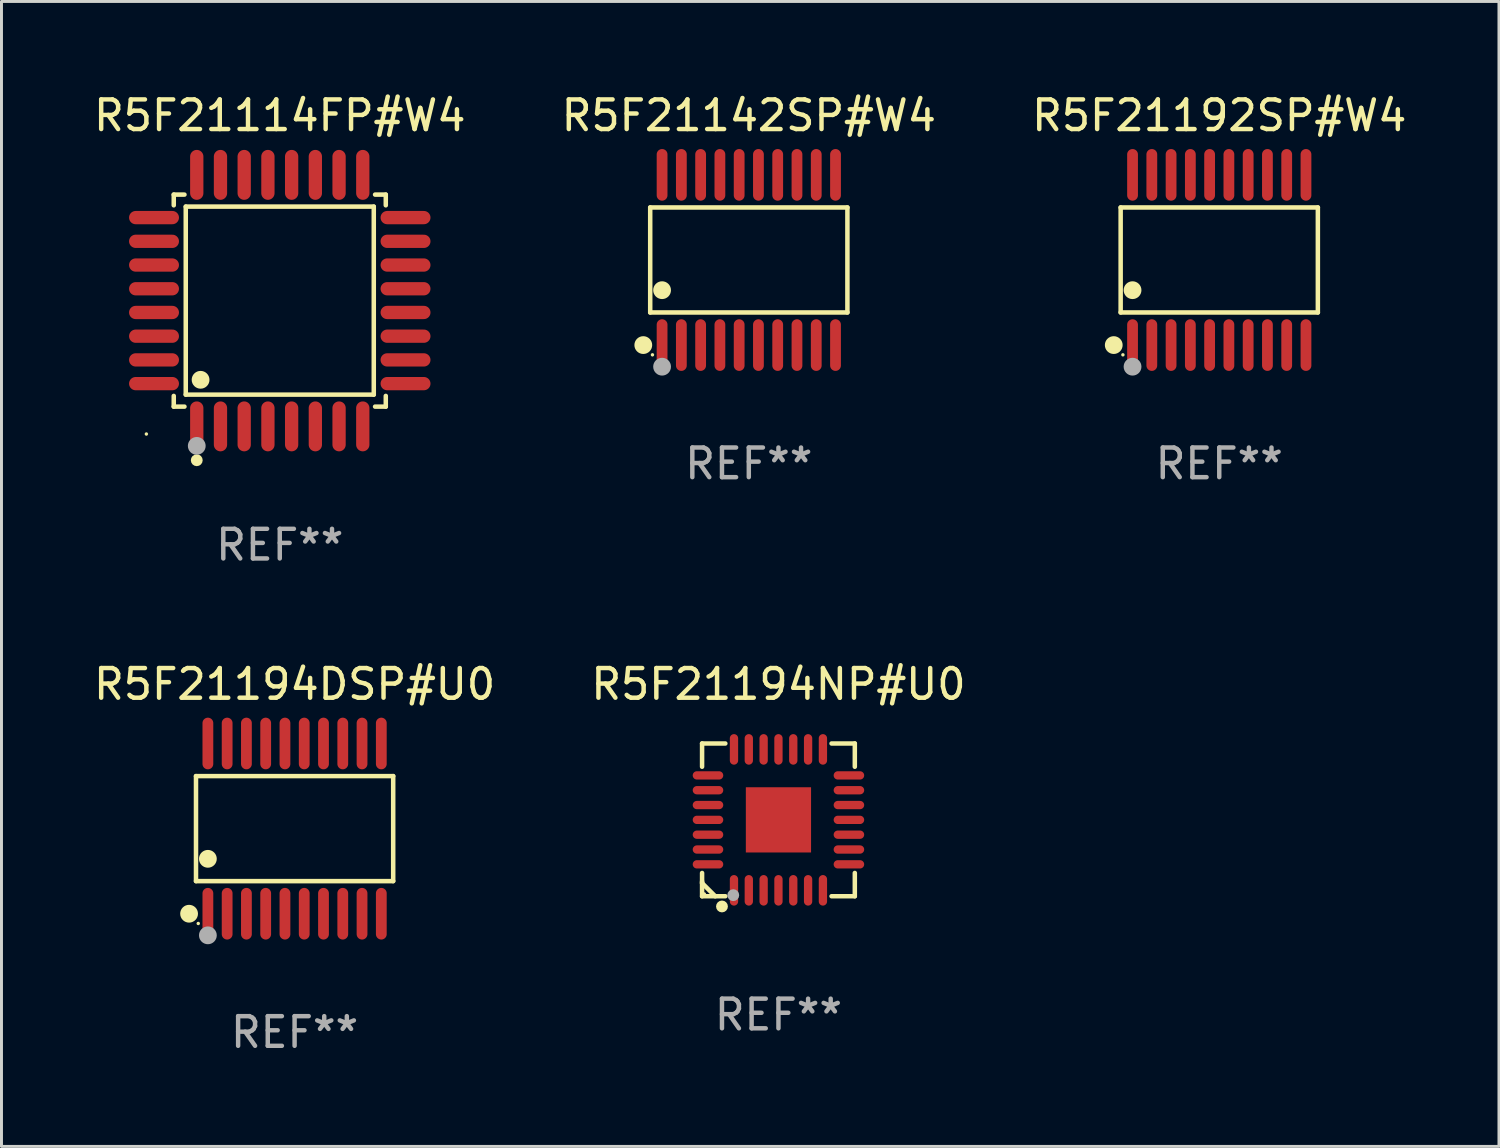
<source format=kicad_pcb>
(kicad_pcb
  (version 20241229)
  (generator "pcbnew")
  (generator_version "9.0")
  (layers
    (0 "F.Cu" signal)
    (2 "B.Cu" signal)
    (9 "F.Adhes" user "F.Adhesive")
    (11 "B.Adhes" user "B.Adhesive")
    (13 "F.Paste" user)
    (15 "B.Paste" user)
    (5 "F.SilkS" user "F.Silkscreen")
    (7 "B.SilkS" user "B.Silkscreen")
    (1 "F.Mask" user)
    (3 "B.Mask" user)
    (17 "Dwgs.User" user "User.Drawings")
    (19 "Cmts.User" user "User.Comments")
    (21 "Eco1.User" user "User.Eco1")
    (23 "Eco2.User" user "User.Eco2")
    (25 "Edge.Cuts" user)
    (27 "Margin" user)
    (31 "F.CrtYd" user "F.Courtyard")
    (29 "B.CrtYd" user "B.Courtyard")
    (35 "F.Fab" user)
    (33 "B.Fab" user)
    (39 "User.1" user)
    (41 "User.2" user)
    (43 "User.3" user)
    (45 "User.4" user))
  (footprint "R5F21194DSP#U0"
    (layer "F.Cu")
    (at 6.887 24.9)
    (property "Reference" "R5F21194DSP#U0" (at 0 -4.871 0) (layer "F.SilkS") (effects (font (size 1 1) (thickness 0.15))))
    (attr through_hole)
    (fp_line (start -3.326 -1.771) (end 3.326 -1.771) (stroke (width 0.152) (type solid)) (layer "F.SilkS"))
    (fp_line (start -3.326 1.771) (end -3.326 -1.771) (stroke (width 0.152) (type solid)) (layer "F.SilkS"))
    (fp_line (start 3.326 -1.771) (end 3.326 1.771) (stroke (width 0.152) (type solid)) (layer "F.SilkS"))
    (fp_line (start 3.326 1.771) (end -3.326 1.771) (stroke (width 0.152) (type solid)) (layer "F.SilkS"))
    (fp_circle (center -3.559 2.871) (end -3.409 2.871) (stroke (width 0.3) (type solid)) (fill no) (layer "F.SilkS"))
    (fp_circle (center -3.25 3.2) (end -3.22 3.2) (stroke (width 0.06) (type solid)) (fill no) (layer "F.SilkS"))
    (fp_circle (center -2.925 1.019) (end -2.775 1.019) (stroke (width 0.3) (type solid)) (fill no) (layer "F.SilkS"))
    (fp_circle (center -2.925 3.6) (end -2.775 3.6) (stroke (width 0.3) (type solid)) (fill no) (layer "F.Fab"))
    (fp_text user "REF**" (at 0 6.871 0) (layer "F.Fab") (effects (font (size 1 1) (thickness 0.15))))
    (pad "1" smd oval (at -2.925 2.871) (size 0.364 1.742) (layers "F.Cu" "F.Mask" "F.Paste"))
    (pad "2" smd oval (at -2.275 2.871) (size 0.364 1.742) (layers "F.Cu" "F.Mask" "F.Paste"))
    (pad "3" smd oval (at -1.625 2.871) (size 0.364 1.742) (layers "F.Cu" "F.Mask" "F.Paste"))
    (pad "4" smd oval (at -0.975 2.871) (size 0.364 1.742) (layers "F.Cu" "F.Mask" "F.Paste"))
    (pad "5" smd oval (at -0.325 2.871) (size 0.364 1.742) (layers "F.Cu" "F.Mask" "F.Paste"))
    (pad "6" smd oval (at 0.325 2.871) (size 0.364 1.742) (layers "F.Cu" "F.Mask" "F.Paste"))
    (pad "7" smd oval (at 0.975 2.871) (size 0.364 1.742) (layers "F.Cu" "F.Mask" "F.Paste"))
    (pad "8" smd oval (at 1.625 2.871) (size 0.364 1.742) (layers "F.Cu" "F.Mask" "F.Paste"))
    (pad "9" smd oval (at 2.275 2.871) (size 0.364 1.742) (layers "F.Cu" "F.Mask" "F.Paste"))
    (pad "10" smd oval (at 2.925 2.871) (size 0.364 1.742) (layers "F.Cu" "F.Mask" "F.Paste"))
    (pad "11" smd oval (at 2.925 -2.871) (size 0.364 1.742) (layers "F.Cu" "F.Mask" "F.Paste"))
    (pad "12" smd oval (at 2.275 -2.871) (size 0.364 1.742) (layers "F.Cu" "F.Mask" "F.Paste"))
    (pad "13" smd oval (at 1.625 -2.871) (size 0.364 1.742) (layers "F.Cu" "F.Mask" "F.Paste"))
    (pad "14" smd oval (at 0.975 -2.871) (size 0.364 1.742) (layers "F.Cu" "F.Mask" "F.Paste"))
    (pad "15" smd oval (at 0.325 -2.871) (size 0.364 1.742) (layers "F.Cu" "F.Mask" "F.Paste"))
    (pad "16" smd oval (at -0.325 -2.871) (size 0.364 1.742) (layers "F.Cu" "F.Mask" "F.Paste"))
    (pad "17" smd oval (at -0.975 -2.871) (size 0.364 1.742) (layers "F.Cu" "F.Mask" "F.Paste"))
    (pad "18" smd oval (at -1.625 -2.871) (size 0.364 1.742) (layers "F.Cu" "F.Mask" "F.Paste"))
    (pad "19" smd oval (at -2.275 -2.871) (size 0.364 1.742) (layers "F.Cu" "F.Mask" "F.Paste"))
    (pad "20" smd oval (at -2.925 -2.871) (size 0.364 1.742) (layers "F.Cu" "F.Mask" "F.Paste")))
  (footprint "R5F21114FP#W4"
    (layer "F.Cu")
    (at 6.387 7.09)
    (property "Reference" "R5F21114FP#W4" (at 0 -6.242 0) (layer "F.SilkS") (effects (font (size 1 1) (thickness 0.15))))
    (attr through_hole)
    (fp_line (start -3.576 -3.576) (end -3.215 -3.576) (stroke (width 0.152) (type solid)) (layer "F.SilkS"))
    (fp_line (start -3.576 -3.215) (end -3.576 -3.576) (stroke (width 0.152) (type solid)) (layer "F.SilkS"))
    (fp_line (start -3.576 3.215) (end -3.576 3.576) (stroke (width 0.152) (type solid)) (layer "F.SilkS"))
    (fp_line (start -3.576 3.576) (end -3.215 3.576) (stroke (width 0.152) (type solid)) (layer "F.SilkS"))
    (fp_line (start -3.171 -3.171) (end 3.171 -3.171) (stroke (width 0.152) (type solid)) (layer "F.SilkS"))
    (fp_line (start -3.171 3.171) (end -3.171 -3.171) (stroke (width 0.152) (type solid)) (layer "F.SilkS"))
    (fp_line (start 3.171 -3.171) (end 3.171 3.171) (stroke (width 0.152) (type solid)) (layer "F.SilkS"))
    (fp_line (start 3.171 3.171) (end -3.171 3.171) (stroke (width 0.152) (type solid)) (layer "F.SilkS"))
    (fp_line (start 3.576 -3.576) (end 3.215 -3.576) (stroke (width 0.152) (type solid)) (layer "F.SilkS"))
    (fp_line (start 3.576 -3.215) (end 3.576 -3.576) (stroke (width 0.152) (type solid)) (layer "F.SilkS"))
    (fp_line (start 3.576 3.215) (end 3.576 3.576) (stroke (width 0.152) (type solid)) (layer "F.SilkS"))
    (fp_line (start 3.576 3.576) (end 3.215 3.576) (stroke (width 0.152) (type solid)) (layer "F.SilkS"))
    (fp_circle (center -4.5 4.5) (end -4.47 4.5) (stroke (width 0.06) (type solid)) (fill no) (layer "F.SilkS"))
    (fp_circle (center -2.8 5.384) (end -2.7 5.384) (stroke (width 0.2) (type solid)) (fill no) (layer "F.SilkS"))
    (fp_circle (center -2.671 2.671) (end -2.521 2.671) (stroke (width 0.3) (type solid)) (fill no) (layer "F.SilkS"))
    (fp_circle (center -2.8 4.9) (end -2.65 4.9) (stroke (width 0.3) (type solid)) (fill no) (layer "F.Fab"))
    (fp_text user "REF**" (at 0 8.242 0) (layer "F.Fab") (effects (font (size 1 1) (thickness 0.15))))
    (pad "1" smd oval (at -2.8 4.242) (size 0.448 1.684) (layers "F.Cu" "F.Mask" "F.Paste"))
    (pad "2" smd oval (at -2 4.242) (size 0.448 1.684) (layers "F.Cu" "F.Mask" "F.Paste"))
    (pad "3" smd oval (at -1.2 4.242) (size 0.448 1.684) (layers "F.Cu" "F.Mask" "F.Paste"))
    (pad "4" smd oval (at -0.4 4.242) (size 0.448 1.684) (layers "F.Cu" "F.Mask" "F.Paste"))
    (pad "5" smd oval (at 0.4 4.242) (size 0.448 1.684) (layers "F.Cu" "F.Mask" "F.Paste"))
    (pad "6" smd oval (at 1.2 4.242) (size 0.448 1.684) (layers "F.Cu" "F.Mask" "F.Paste"))
    (pad "7" smd oval (at 2 4.242) (size 0.448 1.684) (layers "F.Cu" "F.Mask" "F.Paste"))
    (pad "8" smd oval (at 2.8 4.242) (size 0.448 1.684) (layers "F.Cu" "F.Mask" "F.Paste"))
    (pad "9" smd oval (at 4.242 2.8) (size 1.684 0.448) (layers "F.Cu" "F.Mask" "F.Paste"))
    (pad "10" smd oval (at 4.242 2) (size 1.684 0.448) (layers "F.Cu" "F.Mask" "F.Paste"))
    (pad "11" smd oval (at 4.242 1.2) (size 1.684 0.448) (layers "F.Cu" "F.Mask" "F.Paste"))
    (pad "12" smd oval (at 4.242 0.4) (size 1.684 0.448) (layers "F.Cu" "F.Mask" "F.Paste"))
    (pad "13" smd oval (at 4.242 -0.4) (size 1.684 0.448) (layers "F.Cu" "F.Mask" "F.Paste"))
    (pad "14" smd oval (at 4.242 -1.2) (size 1.684 0.448) (layers "F.Cu" "F.Mask" "F.Paste"))
    (pad "15" smd oval (at 4.242 -2) (size 1.684 0.448) (layers "F.Cu" "F.Mask" "F.Paste"))
    (pad "16" smd oval (at 4.242 -2.8) (size 1.684 0.448) (layers "F.Cu" "F.Mask" "F.Paste"))
    (pad "17" smd oval (at 2.8 -4.242) (size 0.448 1.684) (layers "F.Cu" "F.Mask" "F.Paste"))
    (pad "18" smd oval (at 2 -4.242) (size 0.448 1.684) (layers "F.Cu" "F.Mask" "F.Paste"))
    (pad "19" smd oval (at 1.2 -4.242) (size 0.448 1.684) (layers "F.Cu" "F.Mask" "F.Paste"))
    (pad "20" smd oval (at 0.4 -4.242) (size 0.448 1.684) (layers "F.Cu" "F.Mask" "F.Paste"))
    (pad "21" smd oval (at -0.4 -4.242) (size 0.448 1.684) (layers "F.Cu" "F.Mask" "F.Paste"))
    (pad "22" smd oval (at -1.2 -4.242) (size 0.448 1.684) (layers "F.Cu" "F.Mask" "F.Paste"))
    (pad "23" smd oval (at -2 -4.242) (size 0.448 1.684) (layers "F.Cu" "F.Mask" "F.Paste"))
    (pad "24" smd oval (at -2.8 -4.242) (size 0.448 1.684) (layers "F.Cu" "F.Mask" "F.Paste"))
    (pad "25" smd oval (at -4.242 -2.8) (size 1.684 0.448) (layers "F.Cu" "F.Mask" "F.Paste"))
    (pad "26" smd oval (at -4.242 -2) (size 1.684 0.448) (layers "F.Cu" "F.Mask" "F.Paste"))
    (pad "27" smd oval (at -4.242 -1.2) (size 1.684 0.448) (layers "F.Cu" "F.Mask" "F.Paste"))
    (pad "28" smd oval (at -4.242 -0.4) (size 1.684 0.448) (layers "F.Cu" "F.Mask" "F.Paste"))
    (pad "29" smd oval (at -4.242 0.4) (size 1.684 0.448) (layers "F.Cu" "F.Mask" "F.Paste"))
    (pad "30" smd oval (at -4.242 1.2) (size 1.684 0.448) (layers "F.Cu" "F.Mask" "F.Paste"))
    (pad "31" smd oval (at -4.242 2) (size 1.684 0.448) (layers "F.Cu" "F.Mask" "F.Paste"))
    (pad "32" smd oval (at -4.242 2.8) (size 1.684 0.448) (layers "F.Cu" "F.Mask" "F.Paste")))
  (footprint "R5F21142SP#W4"
    (layer "F.Cu")
    (at 22.208 5.719)
    (property "Reference" "R5F21142SP#W4" (at 0 -4.871 0) (layer "F.SilkS") (effects (font (size 1 1) (thickness 0.15))))
    (attr through_hole)
    (fp_line (start -3.326 -1.771) (end 3.326 -1.771) (stroke (width 0.152) (type solid)) (layer "F.SilkS"))
    (fp_line (start -3.326 1.771) (end -3.326 -1.771) (stroke (width 0.152) (type solid)) (layer "F.SilkS"))
    (fp_line (start 3.326 -1.771) (end 3.326 1.771) (stroke (width 0.152) (type solid)) (layer "F.SilkS"))
    (fp_line (start 3.326 1.771) (end -3.326 1.771) (stroke (width 0.152) (type solid)) (layer "F.SilkS"))
    (fp_circle (center -3.559 2.871) (end -3.409 2.871) (stroke (width 0.3) (type solid)) (fill no) (layer "F.SilkS"))
    (fp_circle (center -3.25 3.2) (end -3.22 3.2) (stroke (width 0.06) (type solid)) (fill no) (layer "F.SilkS"))
    (fp_circle (center -2.925 1.019) (end -2.775 1.019) (stroke (width 0.3) (type solid)) (fill no) (layer "F.SilkS"))
    (fp_circle (center -2.925 3.6) (end -2.775 3.6) (stroke (width 0.3) (type solid)) (fill no) (layer "F.Fab"))
    (fp_text user "REF**" (at 0 6.871 0) (layer "F.Fab") (effects (font (size 1 1) (thickness 0.15))))
    (pad "1" smd oval (at -2.925 2.871) (size 0.364 1.742) (layers "F.Cu" "F.Mask" "F.Paste"))
    (pad "2" smd oval (at -2.275 2.871) (size 0.364 1.742) (layers "F.Cu" "F.Mask" "F.Paste"))
    (pad "3" smd oval (at -1.625 2.871) (size 0.364 1.742) (layers "F.Cu" "F.Mask" "F.Paste"))
    (pad "4" smd oval (at -0.975 2.871) (size 0.364 1.742) (layers "F.Cu" "F.Mask" "F.Paste"))
    (pad "5" smd oval (at -0.325 2.871) (size 0.364 1.742) (layers "F.Cu" "F.Mask" "F.Paste"))
    (pad "6" smd oval (at 0.325 2.871) (size 0.364 1.742) (layers "F.Cu" "F.Mask" "F.Paste"))
    (pad "7" smd oval (at 0.975 2.871) (size 0.364 1.742) (layers "F.Cu" "F.Mask" "F.Paste"))
    (pad "8" smd oval (at 1.625 2.871) (size 0.364 1.742) (layers "F.Cu" "F.Mask" "F.Paste"))
    (pad "9" smd oval (at 2.275 2.871) (size 0.364 1.742) (layers "F.Cu" "F.Mask" "F.Paste"))
    (pad "10" smd oval (at 2.925 2.871) (size 0.364 1.742) (layers "F.Cu" "F.Mask" "F.Paste"))
    (pad "11" smd oval (at 2.925 -2.871) (size 0.364 1.742) (layers "F.Cu" "F.Mask" "F.Paste"))
    (pad "12" smd oval (at 2.275 -2.871) (size 0.364 1.742) (layers "F.Cu" "F.Mask" "F.Paste"))
    (pad "13" smd oval (at 1.625 -2.871) (size 0.364 1.742) (layers "F.Cu" "F.Mask" "F.Paste"))
    (pad "14" smd oval (at 0.975 -2.871) (size 0.364 1.742) (layers "F.Cu" "F.Mask" "F.Paste"))
    (pad "15" smd oval (at 0.325 -2.871) (size 0.364 1.742) (layers "F.Cu" "F.Mask" "F.Paste"))
    (pad "16" smd oval (at -0.325 -2.871) (size 0.364 1.742) (layers "F.Cu" "F.Mask" "F.Paste"))
    (pad "17" smd oval (at -0.975 -2.871) (size 0.364 1.742) (layers "F.Cu" "F.Mask" "F.Paste"))
    (pad "18" smd oval (at -1.625 -2.871) (size 0.364 1.742) (layers "F.Cu" "F.Mask" "F.Paste"))
    (pad "19" smd oval (at -2.275 -2.871) (size 0.364 1.742) (layers "F.Cu" "F.Mask" "F.Paste"))
    (pad "20" smd oval (at -2.925 -2.871) (size 0.364 1.742) (layers "F.Cu" "F.Mask" "F.Paste")))
  (footprint "R5F21192SP#W4"
    (layer "F.Cu")
    (at 38.077 5.719)
    (property "Reference" "R5F21192SP#W4" (at 0 -4.871 0) (layer "F.SilkS") (effects (font (size 1 1) (thickness 0.15))))
    (attr through_hole)
    (fp_line (start -3.326 -1.771) (end 3.326 -1.771) (stroke (width 0.152) (type solid)) (layer "F.SilkS"))
    (fp_line (start -3.326 1.771) (end -3.326 -1.771) (stroke (width 0.152) (type solid)) (layer "F.SilkS"))
    (fp_line (start 3.326 -1.771) (end 3.326 1.771) (stroke (width 0.152) (type solid)) (layer "F.SilkS"))
    (fp_line (start 3.326 1.771) (end -3.326 1.771) (stroke (width 0.152) (type solid)) (layer "F.SilkS"))
    (fp_circle (center -3.559 2.871) (end -3.409 2.871) (stroke (width 0.3) (type solid)) (fill no) (layer "F.SilkS"))
    (fp_circle (center -3.25 3.2) (end -3.22 3.2) (stroke (width 0.06) (type solid)) (fill no) (layer "F.SilkS"))
    (fp_circle (center -2.925 1.019) (end -2.775 1.019) (stroke (width 0.3) (type solid)) (fill no) (layer "F.SilkS"))
    (fp_circle (center -2.925 3.6) (end -2.775 3.6) (stroke (width 0.3) (type solid)) (fill no) (layer "F.Fab"))
    (fp_text user "REF**" (at 0 6.871 0) (layer "F.Fab") (effects (font (size 1 1) (thickness 0.15))))
    (pad "1" smd oval (at -2.925 2.871) (size 0.364 1.742) (layers "F.Cu" "F.Mask" "F.Paste"))
    (pad "2" smd oval (at -2.275 2.871) (size 0.364 1.742) (layers "F.Cu" "F.Mask" "F.Paste"))
    (pad "3" smd oval (at -1.625 2.871) (size 0.364 1.742) (layers "F.Cu" "F.Mask" "F.Paste"))
    (pad "4" smd oval (at -0.975 2.871) (size 0.364 1.742) (layers "F.Cu" "F.Mask" "F.Paste"))
    (pad "5" smd oval (at -0.325 2.871) (size 0.364 1.742) (layers "F.Cu" "F.Mask" "F.Paste"))
    (pad "6" smd oval (at 0.325 2.871) (size 0.364 1.742) (layers "F.Cu" "F.Mask" "F.Paste"))
    (pad "7" smd oval (at 0.975 2.871) (size 0.364 1.742) (layers "F.Cu" "F.Mask" "F.Paste"))
    (pad "8" smd oval (at 1.625 2.871) (size 0.364 1.742) (layers "F.Cu" "F.Mask" "F.Paste"))
    (pad "9" smd oval (at 2.275 2.871) (size 0.364 1.742) (layers "F.Cu" "F.Mask" "F.Paste"))
    (pad "10" smd oval (at 2.925 2.871) (size 0.364 1.742) (layers "F.Cu" "F.Mask" "F.Paste"))
    (pad "11" smd oval (at 2.925 -2.871) (size 0.364 1.742) (layers "F.Cu" "F.Mask" "F.Paste"))
    (pad "12" smd oval (at 2.275 -2.871) (size 0.364 1.742) (layers "F.Cu" "F.Mask" "F.Paste"))
    (pad "13" smd oval (at 1.625 -2.871) (size 0.364 1.742) (layers "F.Cu" "F.Mask" "F.Paste"))
    (pad "14" smd oval (at 0.975 -2.871) (size 0.364 1.742) (layers "F.Cu" "F.Mask" "F.Paste"))
    (pad "15" smd oval (at 0.325 -2.871) (size 0.364 1.742) (layers "F.Cu" "F.Mask" "F.Paste"))
    (pad "16" smd oval (at -0.325 -2.871) (size 0.364 1.742) (layers "F.Cu" "F.Mask" "F.Paste"))
    (pad "17" smd oval (at -0.975 -2.871) (size 0.364 1.742) (layers "F.Cu" "F.Mask" "F.Paste"))
    (pad "18" smd oval (at -1.625 -2.871) (size 0.364 1.742) (layers "F.Cu" "F.Mask" "F.Paste"))
    (pad "19" smd oval (at -2.275 -2.871) (size 0.364 1.742) (layers "F.Cu" "F.Mask" "F.Paste"))
    (pad "20" smd oval (at -2.925 -2.871) (size 0.364 1.742) (layers "F.Cu" "F.Mask" "F.Paste")))
  (footprint "R5F21194NP#U0"
    (layer "F.Cu")
    (at 23.208 24.605)
    (property "Reference" "R5F21194NP#U0" (at 0 -4.576 0) (layer "F.SilkS") (effects (font (size 1 1) (thickness 0.15))))
    (attr through_hole)
    (fp_line (start -2.576 -2.576) (end -2.576 -1.792) (stroke (width 0.152) (type solid)) (layer "F.SilkS"))
    (fp_line (start -2.576 2.077) (end -2.576 2.133) (stroke (width 0.152) (type solid)) (layer "F.SilkS"))
    (fp_line (start -2.576 2.133) (end -2.133 2.576) (stroke (width 0.152) (type solid)) (layer "F.SilkS"))
    (fp_line (start -2.576 2.576) (end -2.576 1.792) (stroke (width 0.152) (type solid)) (layer "F.SilkS"))
    (fp_line (start -1.792 -2.576) (end -2.576 -2.576) (stroke (width 0.152) (type solid)) (layer "F.SilkS"))
    (fp_line (start -1.792 2.576) (end -2.576 2.576) (stroke (width 0.152) (type solid)) (layer "F.SilkS"))
    (fp_line (start 1.792 -2.576) (end 2.576 -2.576) (stroke (width 0.152) (type solid)) (layer "F.SilkS"))
    (fp_line (start 1.792 2.576) (end 2.576 2.576) (stroke (width 0.152) (type solid)) (layer "F.SilkS"))
    (fp_line (start 2.576 -2.576) (end 2.576 -1.792) (stroke (width 0.152) (type solid)) (layer "F.SilkS"))
    (fp_line (start 2.576 2.576) (end 2.576 1.792) (stroke (width 0.152) (type solid)) (layer "F.SilkS"))
    (fp_circle (center -2.5 2.5) (end -2.47 2.5) (stroke (width 0.06) (type solid)) (fill no) (layer "F.SilkS"))
    (fp_circle (center -1.905 2.921) (end -1.805 2.921) (stroke (width 0.2) (type solid)) (fill no) (layer "F.SilkS"))
    (fp_circle (center -1.524 2.54) (end -1.424 2.54) (stroke (width 0.2) (type solid)) (fill no) (layer "F.Fab"))
    (fp_text user "REF**" (at 0 6.576 0) (layer "F.Fab") (effects (font (size 1 1) (thickness 0.15))))
    (pad "1" smd oval (at -1.5 2.377) (size 0.28 1.03) (layers "F.Cu" "F.Mask" "F.Paste"))
    (pad "2" smd oval (at -1 2.377) (size 0.28 1.03) (layers "F.Cu" "F.Mask" "F.Paste"))
    (pad "3" smd oval (at -0.5 2.377) (size 0.28 1.03) (layers "F.Cu" "F.Mask" "F.Paste"))
    (pad "4" smd oval (at 0 2.377) (size 0.28 1.03) (layers "F.Cu" "F.Mask" "F.Paste"))
    (pad "5" smd oval (at 0.5 2.377) (size 0.28 1.03) (layers "F.Cu" "F.Mask" "F.Paste"))
    (pad "6" smd oval (at 1 2.377) (size 0.28 1.03) (layers "F.Cu" "F.Mask" "F.Paste"))
    (pad "7" smd oval (at 1.5 2.377) (size 0.28 1.03) (layers "F.Cu" "F.Mask" "F.Paste"))
    (pad "8" smd oval (at 2.377 1.5) (size 1.03 0.28) (layers "F.Cu" "F.Mask" "F.Paste"))
    (pad "9" smd oval (at 2.377 1) (size 1.03 0.28) (layers "F.Cu" "F.Mask" "F.Paste"))
    (pad "10" smd oval (at 2.377 0.5) (size 1.03 0.28) (layers "F.Cu" "F.Mask" "F.Paste"))
    (pad "11" smd oval (at 2.377 0) (size 1.03 0.28) (layers "F.Cu" "F.Mask" "F.Paste"))
    (pad "12" smd oval (at 2.377 -0.5) (size 1.03 0.28) (layers "F.Cu" "F.Mask" "F.Paste"))
    (pad "13" smd oval (at 2.377 -1) (size 1.03 0.28) (layers "F.Cu" "F.Mask" "F.Paste"))
    (pad "14" smd oval (at 2.377 -1.5) (size 1.03 0.28) (layers "F.Cu" "F.Mask" "F.Paste"))
    (pad "15" smd oval (at 1.5 -2.377) (size 0.28 1.03) (layers "F.Cu" "F.Mask" "F.Paste"))
    (pad "16" smd oval (at 1 -2.377) (size 0.28 1.03) (layers "F.Cu" "F.Mask" "F.Paste"))
    (pad "17" smd oval (at 0.5 -2.377) (size 0.28 1.03) (layers "F.Cu" "F.Mask" "F.Paste"))
    (pad "18" smd oval (at 0 -2.377) (size 0.28 1.03) (layers "F.Cu" "F.Mask" "F.Paste"))
    (pad "19" smd oval (at -0.5 -2.377) (size 0.28 1.03) (layers "F.Cu" "F.Mask" "F.Paste"))
    (pad "20" smd oval (at -1 -2.377) (size 0.28 1.03) (layers "F.Cu" "F.Mask" "F.Paste"))
    (pad "21" smd oval (at -1.5 -2.377) (size 0.28 1.03) (layers "F.Cu" "F.Mask" "F.Paste"))
    (pad "22" smd oval (at -2.377 -1.5) (size 1.03 0.28) (layers "F.Cu" "F.Mask" "F.Paste"))
    (pad "23" smd oval (at -2.377 -1) (size 1.03 0.28) (layers "F.Cu" "F.Mask" "F.Paste"))
    (pad "24" smd oval (at -2.377 -0.5) (size 1.03 0.28) (layers "F.Cu" "F.Mask" "F.Paste"))
    (pad "25" smd oval (at -2.377 0) (size 1.03 0.28) (layers "F.Cu" "F.Mask" "F.Paste"))
    (pad "26" smd oval (at -2.377 0.5) (size 1.03 0.28) (layers "F.Cu" "F.Mask" "F.Paste"))
    (pad "27" smd oval (at -2.377 1) (size 1.03 0.28) (layers "F.Cu" "F.Mask" "F.Paste"))
    (pad "28" smd oval (at -2.377 1.5) (size 1.03 0.28) (layers "F.Cu" "F.Mask" "F.Paste"))
    (pad "29" smd rect (at 0 0) (size 2.2 2.2) (layers "F.Cu" "F.Mask" "F.Paste")))
  (gr_rect
    (start -3 -3)
    (end 47.512 35.619)
    (stroke (width 0.1) (type default))
    (fill no)
    (layer "Edge.Cuts")))
</source>
